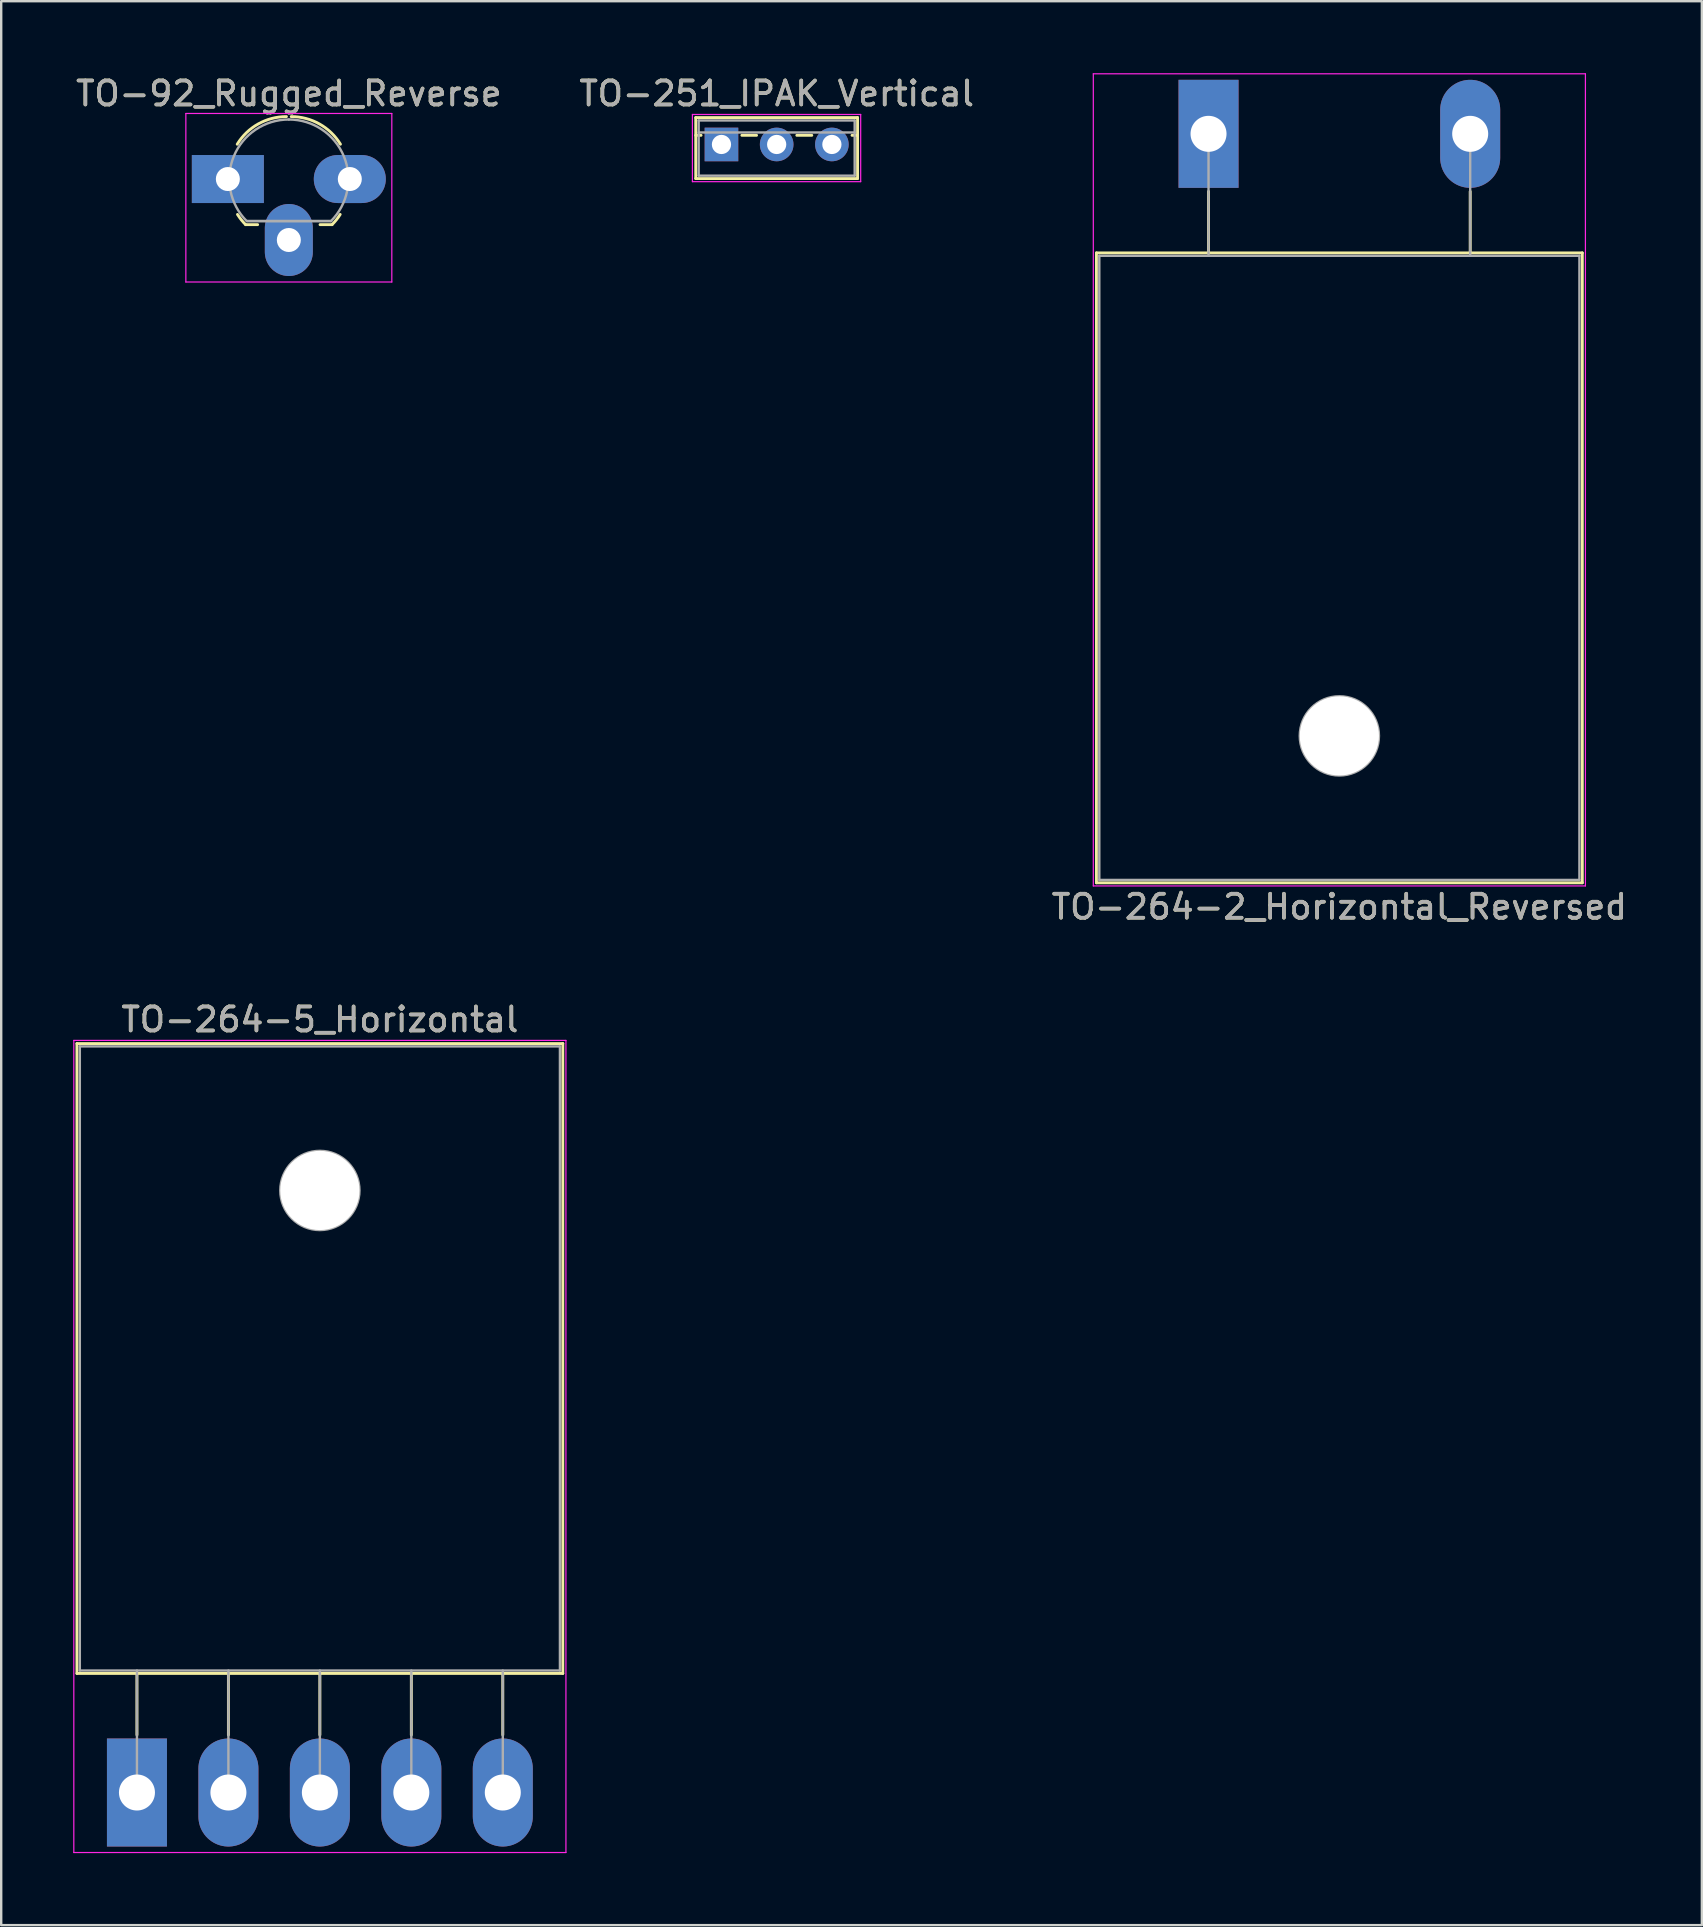
<source format=kicad_pcb>
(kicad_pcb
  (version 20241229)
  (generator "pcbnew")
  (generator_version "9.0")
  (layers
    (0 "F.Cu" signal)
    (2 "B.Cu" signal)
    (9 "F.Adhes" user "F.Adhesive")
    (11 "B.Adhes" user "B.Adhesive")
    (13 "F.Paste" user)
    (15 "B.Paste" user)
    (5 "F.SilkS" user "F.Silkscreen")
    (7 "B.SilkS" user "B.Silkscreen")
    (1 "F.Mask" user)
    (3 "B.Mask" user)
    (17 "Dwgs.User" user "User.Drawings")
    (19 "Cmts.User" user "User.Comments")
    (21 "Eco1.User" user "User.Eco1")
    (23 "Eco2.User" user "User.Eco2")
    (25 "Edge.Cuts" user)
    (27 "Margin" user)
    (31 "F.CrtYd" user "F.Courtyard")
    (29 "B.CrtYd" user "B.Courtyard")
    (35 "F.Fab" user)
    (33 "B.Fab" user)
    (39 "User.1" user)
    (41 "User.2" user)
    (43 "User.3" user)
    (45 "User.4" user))
  (footprint "TO-92_Rugged_Reverse"
    (layer "F.Cu")
    (at 6.442 4.408)
    (property "Reference" "TO-92_Rugged_Reverse" (at 2.54 -3.56 0) (layer "F.SilkS") (effects (font (size 1 1) (thickness 0.15))))
    (attr through_hole)
    (fp_line (start 0.74 1.9) (end 1.24 1.9) (stroke (width 0.12) (type solid)) (layer "F.SilkS"))
    (fp_line (start 3.84 1.9) (end 4.34 1.9) (stroke (width 0.12) (type solid)) (layer "F.SilkS"))
    (fp_arc (start 0.39 -1.45) (mid 1.264534 -2.293628) (end 2.440126 -2.601041) (stroke (width 0.12) (type solid)) (layer "F.SilkS"))
    (fp_arc (start 0.74 1.9) (mid 0.558613 1.696791) (end 0.401376 1.474368) (stroke (width 0.12) (type solid)) (layer "F.SilkS"))
    (fp_arc (start 2.639874 -2.601041) (mid 3.815466 -2.293628) (end 4.69 -1.45) (stroke (width 0.12) (type solid)) (layer "F.SilkS"))
    (fp_arc (start 4.678624 1.474368) (mid 4.521387 1.696791) (end 4.34 1.9) (stroke (width 0.12) (type solid)) (layer "F.SilkS"))
    (fp_line (start -1.75 -2.73) (end -1.75 4.29) (stroke (width 0.05) (type solid)) (layer "F.CrtYd"))
    (fp_line (start -1.75 -2.73) (end 6.83 -2.73) (stroke (width 0.05) (type solid)) (layer "F.CrtYd"))
    (fp_line (start 6.83 4.29) (end -1.75 4.29) (stroke (width 0.05) (type solid)) (layer "F.CrtYd"))
    (fp_line (start 6.83 4.29) (end 6.83 -2.73) (stroke (width 0.05) (type solid)) (layer "F.CrtYd"))
    (fp_line (start 0.8 1.75) (end 4.3 1.75) (stroke (width 0.1) (type solid)) (layer "F.Fab"))
    (fp_line (start 0.8 1.75) (end 4.3 1.75) (stroke (width 0.1) (type solid)) (layer "F.Fab"))
    (fp_arc (start 0.786375 1.753625) (mid 0.248779 -0.949055) (end 2.54 -2.48) (stroke (width 0.1) (type solid)) (layer "F.Fab"))
    (fp_arc (start 2.54 -2.48) (mid 4.831221 -0.949055) (end 4.293625 1.753625) (stroke (width 0.1) (type solid)) (layer "F.Fab"))
    (fp_text user "${REFERENCE}" (at 2.54 -3.56 0) (layer "F.Fab") (effects (font (size 1 1) (thickness 0.15))))
    (pad "1" thru_hole rect (at 0 0 90) (size 2 3) (drill 1) (layers "*.Cu" "*.Mask"))
    (pad "2" thru_hole oval (at 2.54 2.54 90) (size 3 2) (drill 1) (layers "*.Cu" "*.Mask"))
    (pad "3" thru_hole oval (at 5.08 0 90) (size 2 3) (drill 1) (layers "*.Cu" "*.Mask")))
  (footprint "TO-264-2_Horizontal_Reversed"
    (layer "F.Cu")
    (at 47.294 2.525)
    (property "Reference" "TO-264-2_Horizontal_Reversed" (at 5.45 32.2 0) (layer "F.SilkS") (effects (font (size 1 1) (thickness 0.15))))
    (attr through_hole)
    (fp_line (start -4.67 4.96) (end -4.67 31.2) (stroke (width 0.12) (type solid)) (layer "F.SilkS"))
    (fp_line (start -4.67 4.96) (end 15.57 4.96) (stroke (width 0.12) (type solid)) (layer "F.SilkS"))
    (fp_line (start -4.67 31.2) (end 15.57 31.2) (stroke (width 0.12) (type solid)) (layer "F.SilkS"))
    (fp_line (start 0 2.4) (end 0 4.96) (stroke (width 0.12) (type solid)) (layer "F.SilkS"))
    (fp_line (start 10.9 2.4) (end 10.9 4.96) (stroke (width 0.12) (type solid)) (layer "F.SilkS"))
    (fp_line (start 15.57 4.96) (end 15.57 31.2) (stroke (width 0.12) (type solid)) (layer "F.SilkS"))
    (fp_line (start -4.8 -2.5) (end -4.8 31.33) (stroke (width 0.05) (type solid)) (layer "F.CrtYd"))
    (fp_line (start -4.8 31.33) (end 15.7 31.33) (stroke (width 0.05) (type solid)) (layer "F.CrtYd"))
    (fp_line (start 15.7 -2.5) (end -4.8 -2.5) (stroke (width 0.05) (type solid)) (layer "F.CrtYd"))
    (fp_line (start 15.7 31.33) (end 15.7 -2.5) (stroke (width 0.05) (type solid)) (layer "F.CrtYd"))
    (fp_line (start -4.55 5.08) (end -4.55 31.08) (stroke (width 0.1) (type solid)) (layer "F.Fab"))
    (fp_line (start -4.55 31.08) (end 15.45 31.08) (stroke (width 0.1) (type solid)) (layer "F.Fab"))
    (fp_line (start 0 5.08) (end 0 0) (stroke (width 0.1) (type solid)) (layer "F.Fab"))
    (fp_line (start 10.9 5.08) (end 10.9 0) (stroke (width 0.1) (type solid)) (layer "F.Fab"))
    (fp_line (start 15.45 5.08) (end -4.55 5.08) (stroke (width 0.1) (type solid)) (layer "F.Fab"))
    (fp_line (start 15.45 31.08) (end 15.45 5.08) (stroke (width 0.1) (type solid)) (layer "F.Fab"))
    (fp_circle (center 5.45 25.08) (end 7.1 25.08) (stroke (width 0.1) (type solid)) (fill no) (layer "F.Fab"))
    (fp_text user "${REFERENCE}" (at 5.45 32.2 0) (layer "F.Fab") (effects (font (size 1 1) (thickness 0.15))))
    (pad "" np_thru_hole oval (at 5.45 25.08) (size 3.3 3.3) (drill 3.3) (layers "*.Cu" "*.Mask"))
    (pad "1" thru_hole rect (at 0 0) (size 2.5 4.5) (drill 1.5) (layers "*.Cu" "*.Mask"))
    (pad "2" thru_hole oval (at 10.9 0) (size 2.5 4.5) (drill 1.5) (layers "*.Cu" "*.Mask")))
  (footprint "TO-251_IPAK_Vertical"
    (layer "F.Cu")
    (at 27.004 2.968)
    (property "Reference" "TO-251_IPAK_Vertical" (at 2.3 -2.12 0) (layer "F.SilkS") (effects (font (size 1 1) (thickness 0.15))))
    (attr through_hole)
    (fp_line (start -1.071 -1.12) (end -1.071 1.42) (stroke (width 0.12) (type solid)) (layer "F.SilkS"))
    (fp_line (start -1.071 -1.12) (end 5.67 -1.12) (stroke (width 0.12) (type solid)) (layer "F.SilkS"))
    (fp_line (start -1.071 -0.381) (end -0.85 -0.381) (stroke (width 0.12) (type solid)) (layer "F.SilkS"))
    (fp_line (start -1.071 1.42) (end 5.67 1.42) (stroke (width 0.12) (type solid)) (layer "F.SilkS"))
    (fp_line (start 0.85 -0.381) (end 1.462 -0.381) (stroke (width 0.12) (type solid)) (layer "F.SilkS"))
    (fp_line (start 3.139 -0.381) (end 3.762 -0.381) (stroke (width 0.12) (type solid)) (layer "F.SilkS"))
    (fp_line (start 5.439 -0.381) (end 5.67 -0.381) (stroke (width 0.12) (type solid)) (layer "F.SilkS"))
    (fp_line (start 5.67 -1.12) (end 5.67 1.42) (stroke (width 0.12) (type solid)) (layer "F.SilkS"))
    (fp_line (start -1.21 -1.25) (end -1.21 1.55) (stroke (width 0.05) (type solid)) (layer "F.CrtYd"))
    (fp_line (start -1.21 1.55) (end 5.8 1.55) (stroke (width 0.05) (type solid)) (layer "F.CrtYd"))
    (fp_line (start 5.8 -1.25) (end -1.21 -1.25) (stroke (width 0.05) (type solid)) (layer "F.CrtYd"))
    (fp_line (start 5.8 1.55) (end 5.8 -1.25) (stroke (width 0.05) (type solid)) (layer "F.CrtYd"))
    (fp_line (start -0.95 -1) (end -0.95 1.3) (stroke (width 0.1) (type solid)) (layer "F.Fab"))
    (fp_line (start -0.95 -0.5) (end 5.55 -0.5) (stroke (width 0.1) (type solid)) (layer "F.Fab"))
    (fp_line (start -0.95 1.3) (end 5.55 1.3) (stroke (width 0.1) (type solid)) (layer "F.Fab"))
    (fp_line (start 5.55 -1) (end -0.95 -1) (stroke (width 0.1) (type solid)) (layer "F.Fab"))
    (fp_line (start 5.55 1.3) (end 5.55 -1) (stroke (width 0.1) (type solid)) (layer "F.Fab"))
    (fp_text user "${REFERENCE}" (at 2.3 -2.12 0) (layer "F.Fab") (effects (font (size 1 1) (thickness 0.15))))
    (pad "1" thru_hole rect (at 0 0) (size 1.4 1.4) (drill 0.8) (layers "*.Cu" "*.Mask"))
    (pad "2" thru_hole oval (at 2.3 0) (size 1.4 1.4) (drill 0.8) (layers "*.Cu" "*.Mask"))
    (pad "3" thru_hole oval (at 4.6 0) (size 1.4 1.4) (drill 0.8) (layers "*.Cu" "*.Mask")))
  (footprint "TO-264-5_Horizontal"
    (layer "F.Cu")
    (at 2.655 71.621)
    (property "Reference" "TO-264-5_Horizontal" (at 7.62 -32.2 0) (layer "F.SilkS") (effects (font (size 1 1) (thickness 0.15))))
    (attr through_hole)
    (fp_line (start -2.5 -31.2) (end -2.5 -4.96) (stroke (width 0.12) (type solid)) (layer "F.SilkS"))
    (fp_line (start -2.5 -31.2) (end 17.74 -31.2) (stroke (width 0.12) (type solid)) (layer "F.SilkS"))
    (fp_line (start -2.5 -4.96) (end 17.74 -4.96) (stroke (width 0.12) (type solid)) (layer "F.SilkS"))
    (fp_line (start 0 -4.96) (end 0 -2.4) (stroke (width 0.12) (type solid)) (layer "F.SilkS"))
    (fp_line (start 3.81 -4.96) (end 3.81 -2.4) (stroke (width 0.12) (type solid)) (layer "F.SilkS"))
    (fp_line (start 7.62 -4.96) (end 7.62 -2.4) (stroke (width 0.12) (type solid)) (layer "F.SilkS"))
    (fp_line (start 11.43 -4.96) (end 11.43 -2.4) (stroke (width 0.12) (type solid)) (layer "F.SilkS"))
    (fp_line (start 15.24 -4.96) (end 15.24 -2.4) (stroke (width 0.12) (type solid)) (layer "F.SilkS"))
    (fp_line (start 17.74 -31.2) (end 17.74 -4.96) (stroke (width 0.12) (type solid)) (layer "F.SilkS"))
    (fp_line (start -2.63 -31.33) (end -2.63 2.5) (stroke (width 0.05) (type solid)) (layer "F.CrtYd"))
    (fp_line (start -2.63 2.5) (end 17.87 2.5) (stroke (width 0.05) (type solid)) (layer "F.CrtYd"))
    (fp_line (start 17.87 -31.33) (end -2.63 -31.33) (stroke (width 0.05) (type solid)) (layer "F.CrtYd"))
    (fp_line (start 17.87 2.5) (end 17.87 -31.33) (stroke (width 0.05) (type solid)) (layer "F.CrtYd"))
    (fp_line (start -2.38 -31.08) (end 17.62 -31.08) (stroke (width 0.1) (type solid)) (layer "F.Fab"))
    (fp_line (start -2.38 -5.08) (end -2.38 -31.08) (stroke (width 0.1) (type solid)) (layer "F.Fab"))
    (fp_line (start 0 -5.08) (end 0 0) (stroke (width 0.1) (type solid)) (layer "F.Fab"))
    (fp_line (start 3.81 -5.08) (end 3.81 0) (stroke (width 0.1) (type solid)) (layer "F.Fab"))
    (fp_line (start 7.62 -5.08) (end 7.62 0) (stroke (width 0.1) (type solid)) (layer "F.Fab"))
    (fp_line (start 11.43 -5.08) (end 11.43 0) (stroke (width 0.1) (type solid)) (layer "F.Fab"))
    (fp_line (start 15.24 -5.08) (end 15.24 0) (stroke (width 0.1) (type solid)) (layer "F.Fab"))
    (fp_line (start 17.62 -31.08) (end 17.62 -5.08) (stroke (width 0.1) (type solid)) (layer "F.Fab"))
    (fp_line (start 17.62 -5.08) (end -2.38 -5.08) (stroke (width 0.1) (type solid)) (layer "F.Fab"))
    (fp_circle (center 7.62 -25.08) (end 9.27 -25.08) (stroke (width 0.1) (type solid)) (fill no) (layer "F.Fab"))
    (fp_text user "${REFERENCE}" (at 7.62 -32.2 0) (layer "F.Fab") (effects (font (size 1 1) (thickness 0.15))))
    (pad "" np_thru_hole oval (at 7.62 -25.08) (size 3.3 3.3) (drill 3.3) (layers "*.Cu" "*.Mask"))
    (pad "1" thru_hole rect (at 0 0) (size 2.5 4.5) (drill 1.5) (layers "*.Cu" "*.Mask"))
    (pad "2" thru_hole oval (at 3.81 0) (size 2.5 4.5) (drill 1.5) (layers "*.Cu" "*.Mask"))
    (pad "3" thru_hole oval (at 7.62 0) (size 2.5 4.5) (drill 1.5) (layers "*.Cu" "*.Mask"))
    (pad "4" thru_hole oval (at 11.43 0) (size 2.5 4.5) (drill 1.5) (layers "*.Cu" "*.Mask"))
    (pad "5" thru_hole oval (at 15.24 0) (size 2.5 4.5) (drill 1.5) (layers "*.Cu" "*.Mask")))
  (gr_rect
    (start -3 -3)
    (end 67.845 77.147)
    (stroke (width 0.1) (type default))
    (fill no)
    (layer "Edge.Cuts")))
</source>
